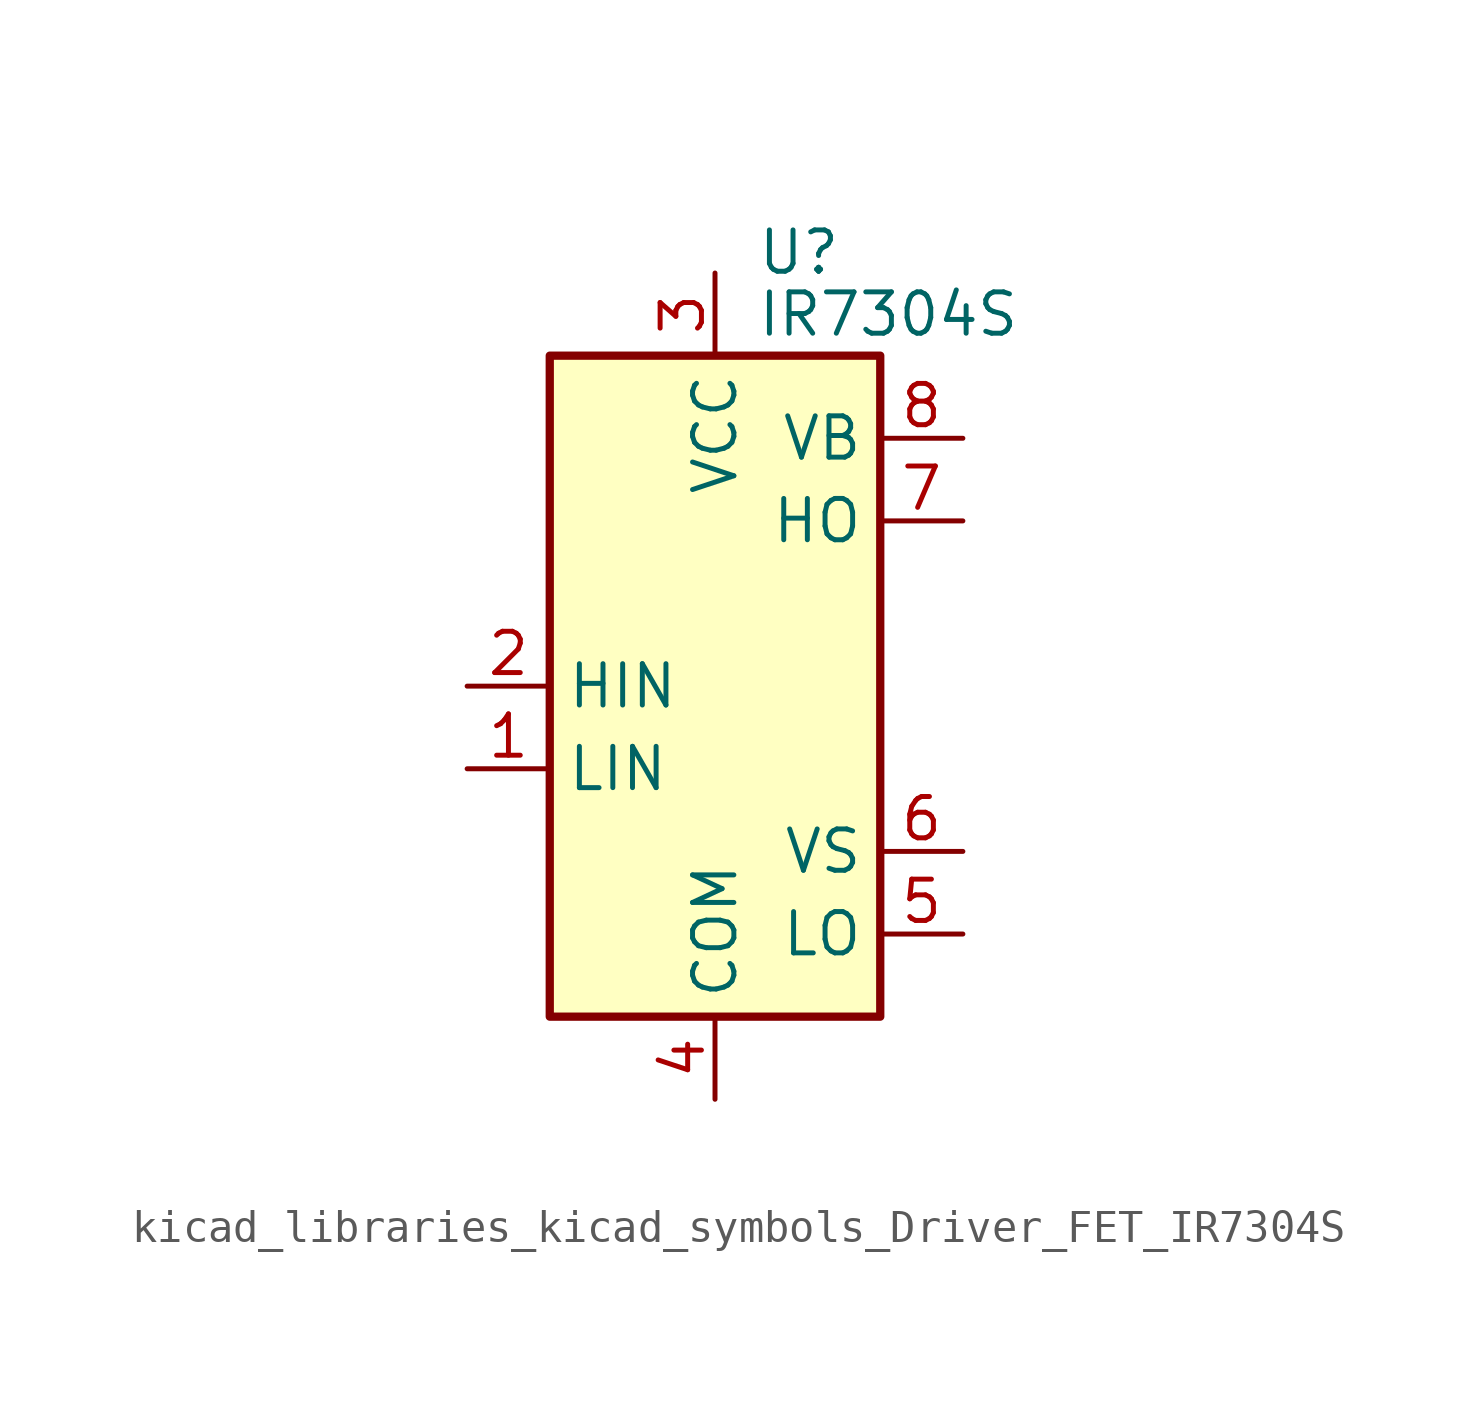
<source format=kicad_sym>
(kicad_symbol_lib
  (version 20220914)
  (generator kicad_symbol_editor)
  (symbol "kicad_libraries_kicad_symbols_Driver_FET_IR7304S"
    (property "Reference" "U"
      (at 1.27 13.335 0)
      (effects (font (size 1.27 1.27)) (justify left)))
    (property "Value" "IR7304S"
      (at 1.27 11.43 0)
      (effects (font (size 1.27 1.27)) (justify left)))
    (symbol "kicad_libraries_kicad_symbols_Driver_FET_IR7304S_0_1"
      (rectangle (start -5.08 -10.16) (end 5.08 10.16) (stroke (width 0.254) (type default)) (fill (type background))))
    (symbol "kicad_libraries_kicad_symbols_Driver_FET_IR7304S_1_1"
      (pin input line (at -7.62 -2.54 0) (length 2.54) (name "LIN" (effects (font (size 1.27 1.27)))) (number "1" (effects (font (size 1.27 1.27)))))
      (pin input line (at -7.62 0 0) (length 2.54) (name "HIN" (effects (font (size 1.27 1.27)))) (number "2" (effects (font (size 1.27 1.27)))))
      (pin power_in line (at 0 12.7 270) (length 2.54) (name "VCC" (effects (font (size 1.27 1.27)))) (number "3" (effects (font (size 1.27 1.27)))))
      (pin power_in line (at 0 -12.7 90) (length 2.54) (name "COM" (effects (font (size 1.27 1.27)))) (number "4" (effects (font (size 1.27 1.27)))))
      (pin output line (at 7.62 -7.62 180) (length 2.54) (name "LO" (effects (font (size 1.27 1.27)))) (number "5" (effects (font (size 1.27 1.27)))))
      (pin passive line (at 7.62 -5.08 180) (length 2.54) (name "VS" (effects (font (size 1.27 1.27)))) (number "6" (effects (font (size 1.27 1.27)))))
      (pin output line (at 7.62 5.08 180) (length 2.54) (name "HO" (effects (font (size 1.27 1.27)))) (number "7" (effects (font (size 1.27 1.27)))))
      (pin passive line (at 7.62 7.62 180) (length 2.54) (name "VB" (effects (font (size 1.27 1.27)))) (number "8" (effects (font (size 1.27 1.27))))))))
</source>
